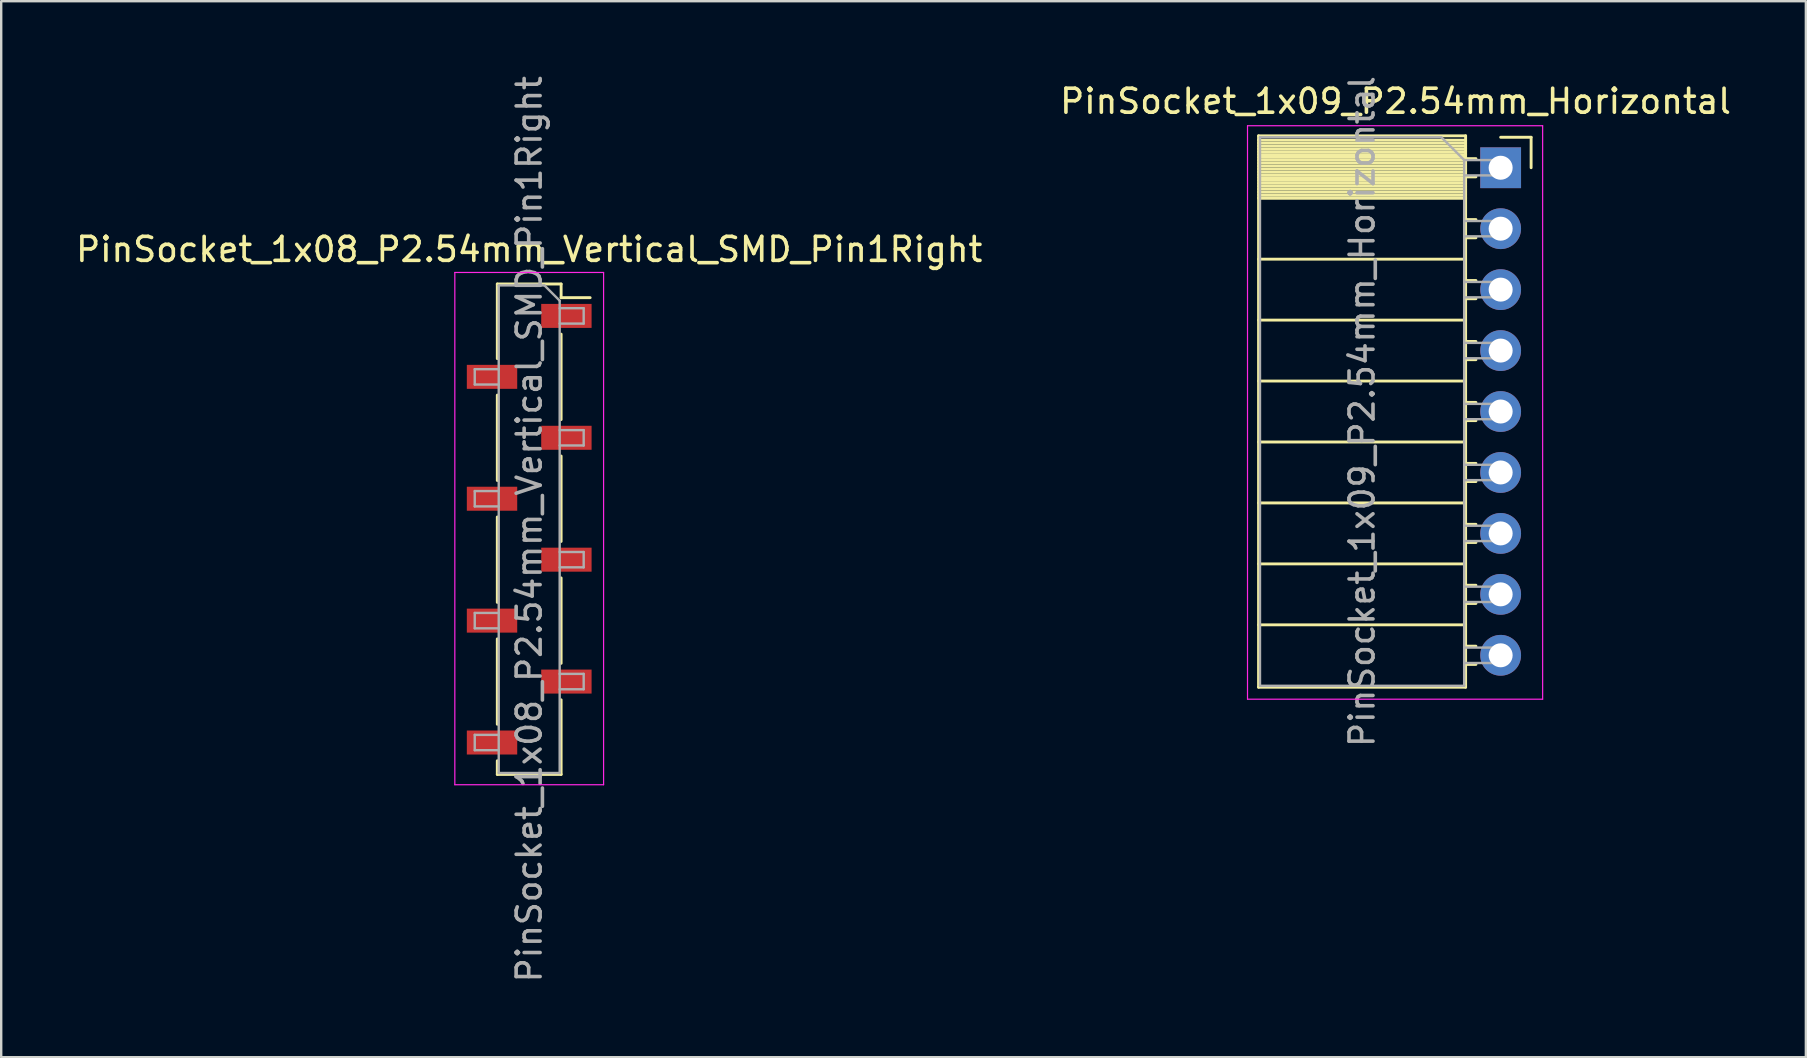
<source format=kicad_pcb>
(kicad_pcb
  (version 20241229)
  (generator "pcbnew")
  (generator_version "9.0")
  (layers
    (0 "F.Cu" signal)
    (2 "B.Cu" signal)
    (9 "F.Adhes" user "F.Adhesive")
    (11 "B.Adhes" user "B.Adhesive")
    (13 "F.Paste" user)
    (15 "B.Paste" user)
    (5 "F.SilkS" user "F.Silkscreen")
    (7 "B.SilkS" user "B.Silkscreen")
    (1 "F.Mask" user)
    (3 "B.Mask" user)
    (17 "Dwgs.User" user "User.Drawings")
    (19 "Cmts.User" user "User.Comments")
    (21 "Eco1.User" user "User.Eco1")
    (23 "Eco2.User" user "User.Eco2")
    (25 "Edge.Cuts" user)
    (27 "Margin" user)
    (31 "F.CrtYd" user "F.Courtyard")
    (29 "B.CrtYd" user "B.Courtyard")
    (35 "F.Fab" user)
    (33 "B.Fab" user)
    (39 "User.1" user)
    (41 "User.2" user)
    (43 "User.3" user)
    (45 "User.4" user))
  (footprint "PinSocket_1x08_P2.54mm_Vertical_SMD_Pin1Right"
    (layer "F.Cu")
    (at 19.006 19.006)
    (property "Reference" "PinSocket_1x08_P2.54mm_Vertical_SMD_Pin1Right" (at 0 -11.66 0) (layer "F.SilkS") (effects (font (size 1 1) (thickness 0.15))))
    (attr smd)
    (fp_line (start -1.33 -10.22) (end -1.33 -7.11) (stroke (width 0.12) (type solid)) (layer "F.SilkS"))
    (fp_line (start -1.33 -10.22) (end 1.33 -10.22) (stroke (width 0.12) (type solid)) (layer "F.SilkS"))
    (fp_line (start -1.33 -5.59) (end -1.33 -2.03) (stroke (width 0.12) (type solid)) (layer "F.SilkS"))
    (fp_line (start -1.33 -0.51) (end -1.33 3.05) (stroke (width 0.12) (type solid)) (layer "F.SilkS"))
    (fp_line (start -1.33 4.57) (end -1.33 8.13) (stroke (width 0.12) (type solid)) (layer "F.SilkS"))
    (fp_line (start -1.33 9.65) (end -1.33 10.22) (stroke (width 0.12) (type solid)) (layer "F.SilkS"))
    (fp_line (start -1.33 10.22) (end 1.33 10.22) (stroke (width 0.12) (type solid)) (layer "F.SilkS"))
    (fp_line (start 1.33 -10.22) (end 1.33 -9.65) (stroke (width 0.12) (type solid)) (layer "F.SilkS"))
    (fp_line (start 1.33 -9.65) (end 2.54 -9.65) (stroke (width 0.12) (type solid)) (layer "F.SilkS"))
    (fp_line (start 1.33 -8.13) (end 1.33 -4.57) (stroke (width 0.12) (type solid)) (layer "F.SilkS"))
    (fp_line (start 1.33 -3.05) (end 1.33 0.51) (stroke (width 0.12) (type solid)) (layer "F.SilkS"))
    (fp_line (start 1.33 2.03) (end 1.33 5.59) (stroke (width 0.12) (type solid)) (layer "F.SilkS"))
    (fp_line (start 1.33 7.11) (end 1.33 10.22) (stroke (width 0.12) (type solid)) (layer "F.SilkS"))
    (fp_line (start -3.1 -10.7) (end 3.1 -10.7) (stroke (width 0.05) (type solid)) (layer "F.CrtYd"))
    (fp_line (start -3.1 10.65) (end -3.1 -10.7) (stroke (width 0.05) (type solid)) (layer "F.CrtYd"))
    (fp_line (start 3.1 -10.7) (end 3.1 10.65) (stroke (width 0.05) (type solid)) (layer "F.CrtYd"))
    (fp_line (start 3.1 10.65) (end -3.1 10.65) (stroke (width 0.05) (type solid)) (layer "F.CrtYd"))
    (fp_line (start -2.27 -6.67) (end -1.27 -6.67) (stroke (width 0.1) (type solid)) (layer "F.Fab"))
    (fp_line (start -2.27 -6.03) (end -2.27 -6.67) (stroke (width 0.1) (type solid)) (layer "F.Fab"))
    (fp_line (start -2.27 -1.59) (end -1.27 -1.59) (stroke (width 0.1) (type solid)) (layer "F.Fab"))
    (fp_line (start -2.27 -0.95) (end -2.27 -1.59) (stroke (width 0.1) (type solid)) (layer "F.Fab"))
    (fp_line (start -2.27 3.49) (end -1.27 3.49) (stroke (width 0.1) (type solid)) (layer "F.Fab"))
    (fp_line (start -2.27 4.13) (end -2.27 3.49) (stroke (width 0.1) (type solid)) (layer "F.Fab"))
    (fp_line (start -2.27 8.57) (end -1.27 8.57) (stroke (width 0.1) (type solid)) (layer "F.Fab"))
    (fp_line (start -2.27 9.21) (end -2.27 8.57) (stroke (width 0.1) (type solid)) (layer "F.Fab"))
    (fp_line (start -1.27 -10.16) (end 0.635 -10.16) (stroke (width 0.1) (type solid)) (layer "F.Fab"))
    (fp_line (start -1.27 -6.03) (end -2.27 -6.03) (stroke (width 0.1) (type solid)) (layer "F.Fab"))
    (fp_line (start -1.27 -0.95) (end -2.27 -0.95) (stroke (width 0.1) (type solid)) (layer "F.Fab"))
    (fp_line (start -1.27 4.13) (end -2.27 4.13) (stroke (width 0.1) (type solid)) (layer "F.Fab"))
    (fp_line (start -1.27 9.21) (end -2.27 9.21) (stroke (width 0.1) (type solid)) (layer "F.Fab"))
    (fp_line (start -1.27 10.16) (end -1.27 -10.16) (stroke (width 0.1) (type solid)) (layer "F.Fab"))
    (fp_line (start 0.635 -10.16) (end 1.27 -9.525) (stroke (width 0.1) (type solid)) (layer "F.Fab"))
    (fp_line (start 1.27 -9.525) (end 1.27 10.16) (stroke (width 0.1) (type solid)) (layer "F.Fab"))
    (fp_line (start 1.27 -9.21) (end 2.27 -9.21) (stroke (width 0.1) (type solid)) (layer "F.Fab"))
    (fp_line (start 1.27 -4.13) (end 2.27 -4.13) (stroke (width 0.1) (type solid)) (layer "F.Fab"))
    (fp_line (start 1.27 0.95) (end 2.27 0.95) (stroke (width 0.1) (type solid)) (layer "F.Fab"))
    (fp_line (start 1.27 6.03) (end 2.27 6.03) (stroke (width 0.1) (type solid)) (layer "F.Fab"))
    (fp_line (start 1.27 10.16) (end -1.27 10.16) (stroke (width 0.1) (type solid)) (layer "F.Fab"))
    (fp_line (start 2.27 -9.21) (end 2.27 -8.57) (stroke (width 0.1) (type solid)) (layer "F.Fab"))
    (fp_line (start 2.27 -8.57) (end 1.27 -8.57) (stroke (width 0.1) (type solid)) (layer "F.Fab"))
    (fp_line (start 2.27 -4.13) (end 2.27 -3.49) (stroke (width 0.1) (type solid)) (layer "F.Fab"))
    (fp_line (start 2.27 -3.49) (end 1.27 -3.49) (stroke (width 0.1) (type solid)) (layer "F.Fab"))
    (fp_line (start 2.27 0.95) (end 2.27 1.59) (stroke (width 0.1) (type solid)) (layer "F.Fab"))
    (fp_line (start 2.27 1.59) (end 1.27 1.59) (stroke (width 0.1) (type solid)) (layer "F.Fab"))
    (fp_line (start 2.27 6.03) (end 2.27 6.67) (stroke (width 0.1) (type solid)) (layer "F.Fab"))
    (fp_line (start 2.27 6.67) (end 1.27 6.67) (stroke (width 0.1) (type solid)) (layer "F.Fab"))
    (fp_text user "${REFERENCE}" (at 0 0 90) (layer "F.Fab") (effects (font (size 1 1) (thickness 0.15))))
    (pad "1" smd rect (at 1.55 -8.89) (size 2.1 1) (layers "F.Cu" "F.Mask" "F.Paste"))
    (pad "2" smd rect (at -1.55 -6.35) (size 2.1 1) (layers "F.Cu" "F.Mask" "F.Paste"))
    (pad "3" smd rect (at 1.55 -3.81) (size 2.1 1) (layers "F.Cu" "F.Mask" "F.Paste"))
    (pad "4" smd rect (at -1.55 -1.27) (size 2.1 1) (layers "F.Cu" "F.Mask" "F.Paste"))
    (pad "5" smd rect (at 1.55 1.27) (size 2.1 1) (layers "F.Cu" "F.Mask" "F.Paste"))
    (pad "6" smd rect (at -1.55 3.81) (size 2.1 1) (layers "F.Cu" "F.Mask" "F.Paste"))
    (pad "7" smd rect (at 1.55 6.35) (size 2.1 1) (layers "F.Cu" "F.Mask" "F.Paste"))
    (pad "8" smd rect (at -1.55 8.89) (size 2.1 1) (layers "F.Cu" "F.Mask" "F.Paste")))
  (footprint "PinSocket_1x09_P2.54mm_Horizontal"
    (layer "F.Cu")
    (at 59.493 3.941)
    (property "Reference" "PinSocket_1x09_P2.54mm_Horizontal" (at -4.38 -2.77 0) (layer "F.SilkS") (effects (font (size 1 1) (thickness 0.15))))
    (attr through_hole)
    (fp_line (start -10.09 -1.33) (end -1.46 -1.33) (stroke (width 0.12) (type solid)) (layer "F.SilkS"))
    (fp_line (start -10.09 -1.15) (end -1.46 -1.15) (stroke (width 0.12) (type solid)) (layer "F.SilkS"))
    (fp_line (start -10.09 -1.03) (end -1.46 -1.03) (stroke (width 0.12) (type solid)) (layer "F.SilkS"))
    (fp_line (start -10.09 -0.91) (end -1.46 -0.91) (stroke (width 0.12) (type solid)) (layer "F.SilkS"))
    (fp_line (start -10.09 -0.79) (end -1.46 -0.79) (stroke (width 0.12) (type solid)) (layer "F.SilkS"))
    (fp_line (start -10.09 -0.67) (end -1.46 -0.67) (stroke (width 0.12) (type solid)) (layer "F.SilkS"))
    (fp_line (start -10.09 -0.55) (end -1.46 -0.55) (stroke (width 0.12) (type solid)) (layer "F.SilkS"))
    (fp_line (start -10.09 -0.43) (end -1.46 -0.43) (stroke (width 0.12) (type solid)) (layer "F.SilkS"))
    (fp_line (start -10.09 -0.31) (end -1.46 -0.31) (stroke (width 0.12) (type solid)) (layer "F.SilkS"))
    (fp_line (start -10.09 -0.19) (end -1.46 -0.19) (stroke (width 0.12) (type solid)) (layer "F.SilkS"))
    (fp_line (start -10.09 -0.07) (end -1.46 -0.07) (stroke (width 0.12) (type solid)) (layer "F.SilkS"))
    (fp_line (start -10.09 0.05) (end -1.46 0.05) (stroke (width 0.12) (type solid)) (layer "F.SilkS"))
    (fp_line (start -10.09 0.17) (end -1.46 0.17) (stroke (width 0.12) (type solid)) (layer "F.SilkS"))
    (fp_line (start -10.09 0.29) (end -1.46 0.29) (stroke (width 0.12) (type solid)) (layer "F.SilkS"))
    (fp_line (start -10.09 0.41) (end -1.46 0.41) (stroke (width 0.12) (type solid)) (layer "F.SilkS"))
    (fp_line (start -10.09 0.53) (end -1.46 0.53) (stroke (width 0.12) (type solid)) (layer "F.SilkS"))
    (fp_line (start -10.09 0.65) (end -1.46 0.65) (stroke (width 0.12) (type solid)) (layer "F.SilkS"))
    (fp_line (start -10.09 0.77) (end -1.46 0.77) (stroke (width 0.12) (type solid)) (layer "F.SilkS"))
    (fp_line (start -10.09 0.89) (end -1.46 0.89) (stroke (width 0.12) (type solid)) (layer "F.SilkS"))
    (fp_line (start -10.09 1.01) (end -1.46 1.01) (stroke (width 0.12) (type solid)) (layer "F.SilkS"))
    (fp_line (start -10.09 1.13) (end -1.46 1.13) (stroke (width 0.12) (type solid)) (layer "F.SilkS"))
    (fp_line (start -10.09 1.25) (end -1.46 1.25) (stroke (width 0.12) (type solid)) (layer "F.SilkS"))
    (fp_line (start -10.09 1.27) (end -1.46 1.27) (stroke (width 0.12) (type solid)) (layer "F.SilkS"))
    (fp_line (start -10.09 3.81) (end -1.46 3.81) (stroke (width 0.12) (type solid)) (layer "F.SilkS"))
    (fp_line (start -10.09 6.35) (end -1.46 6.35) (stroke (width 0.12) (type solid)) (layer "F.SilkS"))
    (fp_line (start -10.09 8.89) (end -1.46 8.89) (stroke (width 0.12) (type solid)) (layer "F.SilkS"))
    (fp_line (start -10.09 11.43) (end -1.46 11.43) (stroke (width 0.12) (type solid)) (layer "F.SilkS"))
    (fp_line (start -10.09 13.97) (end -1.46 13.97) (stroke (width 0.12) (type solid)) (layer "F.SilkS"))
    (fp_line (start -10.09 16.51) (end -1.46 16.51) (stroke (width 0.12) (type solid)) (layer "F.SilkS"))
    (fp_line (start -10.09 19.05) (end -1.46 19.05) (stroke (width 0.12) (type solid)) (layer "F.SilkS"))
    (fp_line (start -10.09 21.65) (end -10.09 -1.33) (stroke (width 0.12) (type solid)) (layer "F.SilkS"))
    (fp_line (start -1.46 -1.33) (end -1.46 21.65) (stroke (width 0.12) (type solid)) (layer "F.SilkS"))
    (fp_line (start -1.46 -0.38) (end -1.03 -0.38) (stroke (width 0.12) (type solid)) (layer "F.SilkS"))
    (fp_line (start -1.46 2.16) (end -1.03 2.16) (stroke (width 0.12) (type solid)) (layer "F.SilkS"))
    (fp_line (start -1.46 4.7) (end -1.03 4.7) (stroke (width 0.12) (type solid)) (layer "F.SilkS"))
    (fp_line (start -1.46 7.24) (end -1.03 7.24) (stroke (width 0.12) (type solid)) (layer "F.SilkS"))
    (fp_line (start -1.46 9.78) (end -1.03 9.78) (stroke (width 0.12) (type solid)) (layer "F.SilkS"))
    (fp_line (start -1.46 12.32) (end -1.03 12.32) (stroke (width 0.12) (type solid)) (layer "F.SilkS"))
    (fp_line (start -1.46 14.86) (end -1.03 14.86) (stroke (width 0.12) (type solid)) (layer "F.SilkS"))
    (fp_line (start -1.46 17.4) (end -1.03 17.4) (stroke (width 0.12) (type solid)) (layer "F.SilkS"))
    (fp_line (start -1.46 19.94) (end -1.03 19.94) (stroke (width 0.12) (type solid)) (layer "F.SilkS"))
    (fp_line (start -1.46 21.65) (end -10.09 21.65) (stroke (width 0.12) (type solid)) (layer "F.SilkS"))
    (fp_line (start -1.03 0.38) (end -1.46 0.38) (stroke (width 0.12) (type solid)) (layer "F.SilkS"))
    (fp_line (start -1.03 2.92) (end -1.46 2.92) (stroke (width 0.12) (type solid)) (layer "F.SilkS"))
    (fp_line (start -1.03 5.46) (end -1.46 5.46) (stroke (width 0.12) (type solid)) (layer "F.SilkS"))
    (fp_line (start -1.03 8) (end -1.46 8) (stroke (width 0.12) (type solid)) (layer "F.SilkS"))
    (fp_line (start -1.03 10.54) (end -1.46 10.54) (stroke (width 0.12) (type solid)) (layer "F.SilkS"))
    (fp_line (start -1.03 13.08) (end -1.46 13.08) (stroke (width 0.12) (type solid)) (layer "F.SilkS"))
    (fp_line (start -1.03 15.62) (end -1.46 15.62) (stroke (width 0.12) (type solid)) (layer "F.SilkS"))
    (fp_line (start -1.03 18.16) (end -1.46 18.16) (stroke (width 0.12) (type solid)) (layer "F.SilkS"))
    (fp_line (start -1.03 20.7) (end -1.46 20.7) (stroke (width 0.12) (type solid)) (layer "F.SilkS"))
    (fp_line (start 0 -1.27) (end 1.27 -1.27) (stroke (width 0.12) (type solid)) (layer "F.SilkS"))
    (fp_line (start 1.27 -1.27) (end 1.27 0) (stroke (width 0.12) (type solid)) (layer "F.SilkS"))
    (fp_line (start -10.55 -1.75) (end -10.55 22.15) (stroke (width 0.05) (type solid)) (layer "F.CrtYd"))
    (fp_line (start -10.55 22.15) (end 1.75 22.15) (stroke (width 0.05) (type solid)) (layer "F.CrtYd"))
    (fp_line (start 1.75 -1.75) (end -10.55 -1.75) (stroke (width 0.05) (type solid)) (layer "F.CrtYd"))
    (fp_line (start 1.75 22.15) (end 1.75 -1.75) (stroke (width 0.05) (type solid)) (layer "F.CrtYd"))
    (fp_line (start -10.03 -1.27) (end -2.47 -1.27) (stroke (width 0.1) (type solid)) (layer "F.Fab"))
    (fp_line (start -10.03 21.59) (end -10.03 -1.27) (stroke (width 0.1) (type solid)) (layer "F.Fab"))
    (fp_line (start -2.47 -1.27) (end -1.52 -0.32) (stroke (width 0.1) (type solid)) (layer "F.Fab"))
    (fp_line (start -1.52 -0.32) (end -1.52 21.59) (stroke (width 0.1) (type solid)) (layer "F.Fab"))
    (fp_line (start -1.52 0.32) (end 0 0.32) (stroke (width 0.1) (type solid)) (layer "F.Fab"))
    (fp_line (start -1.52 2.86) (end 0 2.86) (stroke (width 0.1) (type solid)) (layer "F.Fab"))
    (fp_line (start -1.52 5.4) (end 0 5.4) (stroke (width 0.1) (type solid)) (layer "F.Fab"))
    (fp_line (start -1.52 7.94) (end 0 7.94) (stroke (width 0.1) (type solid)) (layer "F.Fab"))
    (fp_line (start -1.52 10.48) (end 0 10.48) (stroke (width 0.1) (type solid)) (layer "F.Fab"))
    (fp_line (start -1.52 13.02) (end 0 13.02) (stroke (width 0.1) (type solid)) (layer "F.Fab"))
    (fp_line (start -1.52 15.56) (end 0 15.56) (stroke (width 0.1) (type solid)) (layer "F.Fab"))
    (fp_line (start -1.52 18.1) (end 0 18.1) (stroke (width 0.1) (type solid)) (layer "F.Fab"))
    (fp_line (start -1.52 20.64) (end 0 20.64) (stroke (width 0.1) (type solid)) (layer "F.Fab"))
    (fp_line (start -1.52 21.59) (end -10.03 21.59) (stroke (width 0.1) (type solid)) (layer "F.Fab"))
    (fp_line (start 0 -0.32) (end -1.52 -0.32) (stroke (width 0.1) (type solid)) (layer "F.Fab"))
    (fp_line (start 0 0.32) (end 0 -0.32) (stroke (width 0.1) (type solid)) (layer "F.Fab"))
    (fp_line (start 0 2.22) (end -1.52 2.22) (stroke (width 0.1) (type solid)) (layer "F.Fab"))
    (fp_line (start 0 2.86) (end 0 2.22) (stroke (width 0.1) (type solid)) (layer "F.Fab"))
    (fp_line (start 0 4.76) (end -1.52 4.76) (stroke (width 0.1) (type solid)) (layer "F.Fab"))
    (fp_line (start 0 5.4) (end 0 4.76) (stroke (width 0.1) (type solid)) (layer "F.Fab"))
    (fp_line (start 0 7.3) (end -1.52 7.3) (stroke (width 0.1) (type solid)) (layer "F.Fab"))
    (fp_line (start 0 7.94) (end 0 7.3) (stroke (width 0.1) (type solid)) (layer "F.Fab"))
    (fp_line (start 0 9.84) (end -1.52 9.84) (stroke (width 0.1) (type solid)) (layer "F.Fab"))
    (fp_line (start 0 10.48) (end 0 9.84) (stroke (width 0.1) (type solid)) (layer "F.Fab"))
    (fp_line (start 0 12.38) (end -1.52 12.38) (stroke (width 0.1) (type solid)) (layer "F.Fab"))
    (fp_line (start 0 13.02) (end 0 12.38) (stroke (width 0.1) (type solid)) (layer "F.Fab"))
    (fp_line (start 0 14.92) (end -1.52 14.92) (stroke (width 0.1) (type solid)) (layer "F.Fab"))
    (fp_line (start 0 15.56) (end 0 14.92) (stroke (width 0.1) (type solid)) (layer "F.Fab"))
    (fp_line (start 0 17.46) (end -1.52 17.46) (stroke (width 0.1) (type solid)) (layer "F.Fab"))
    (fp_line (start 0 18.1) (end 0 17.46) (stroke (width 0.1) (type solid)) (layer "F.Fab"))
    (fp_line (start 0 20) (end -1.52 20) (stroke (width 0.1) (type solid)) (layer "F.Fab"))
    (fp_line (start 0 20.64) (end 0 20) (stroke (width 0.1) (type solid)) (layer "F.Fab"))
    (fp_text user "${REFERENCE}" (at -5.775 10.16 90) (layer "F.Fab") (effects (font (size 1 1) (thickness 0.15))))
    (pad "1" thru_hole rect (at 0 0) (size 1.7 1.7) (drill 1) (layers "*.Cu" "*.Mask"))
    (pad "2" thru_hole oval (at 0 2.54) (size 1.7 1.7) (drill 1) (layers "*.Cu" "*.Mask"))
    (pad "3" thru_hole oval (at 0 5.08) (size 1.7 1.7) (drill 1) (layers "*.Cu" "*.Mask"))
    (pad "4" thru_hole oval (at 0 7.62) (size 1.7 1.7) (drill 1) (layers "*.Cu" "*.Mask"))
    (pad "5" thru_hole oval (at 0 10.16) (size 1.7 1.7) (drill 1) (layers "*.Cu" "*.Mask"))
    (pad "6" thru_hole oval (at 0 12.7) (size 1.7 1.7) (drill 1) (layers "*.Cu" "*.Mask"))
    (pad "7" thru_hole oval (at 0 15.24) (size 1.7 1.7) (drill 1) (layers "*.Cu" "*.Mask"))
    (pad "8" thru_hole oval (at 0 17.78) (size 1.7 1.7) (drill 1) (layers "*.Cu" "*.Mask"))
    (pad "9" thru_hole oval (at 0 20.32) (size 1.7 1.7) (drill 1) (layers "*.Cu" "*.Mask")))
  (gr_rect
    (start -3 -3)
    (end 72.214 41.012)
    (stroke (width 0.1) (type default))
    (fill no)
    (layer "Edge.Cuts")))
</source>
